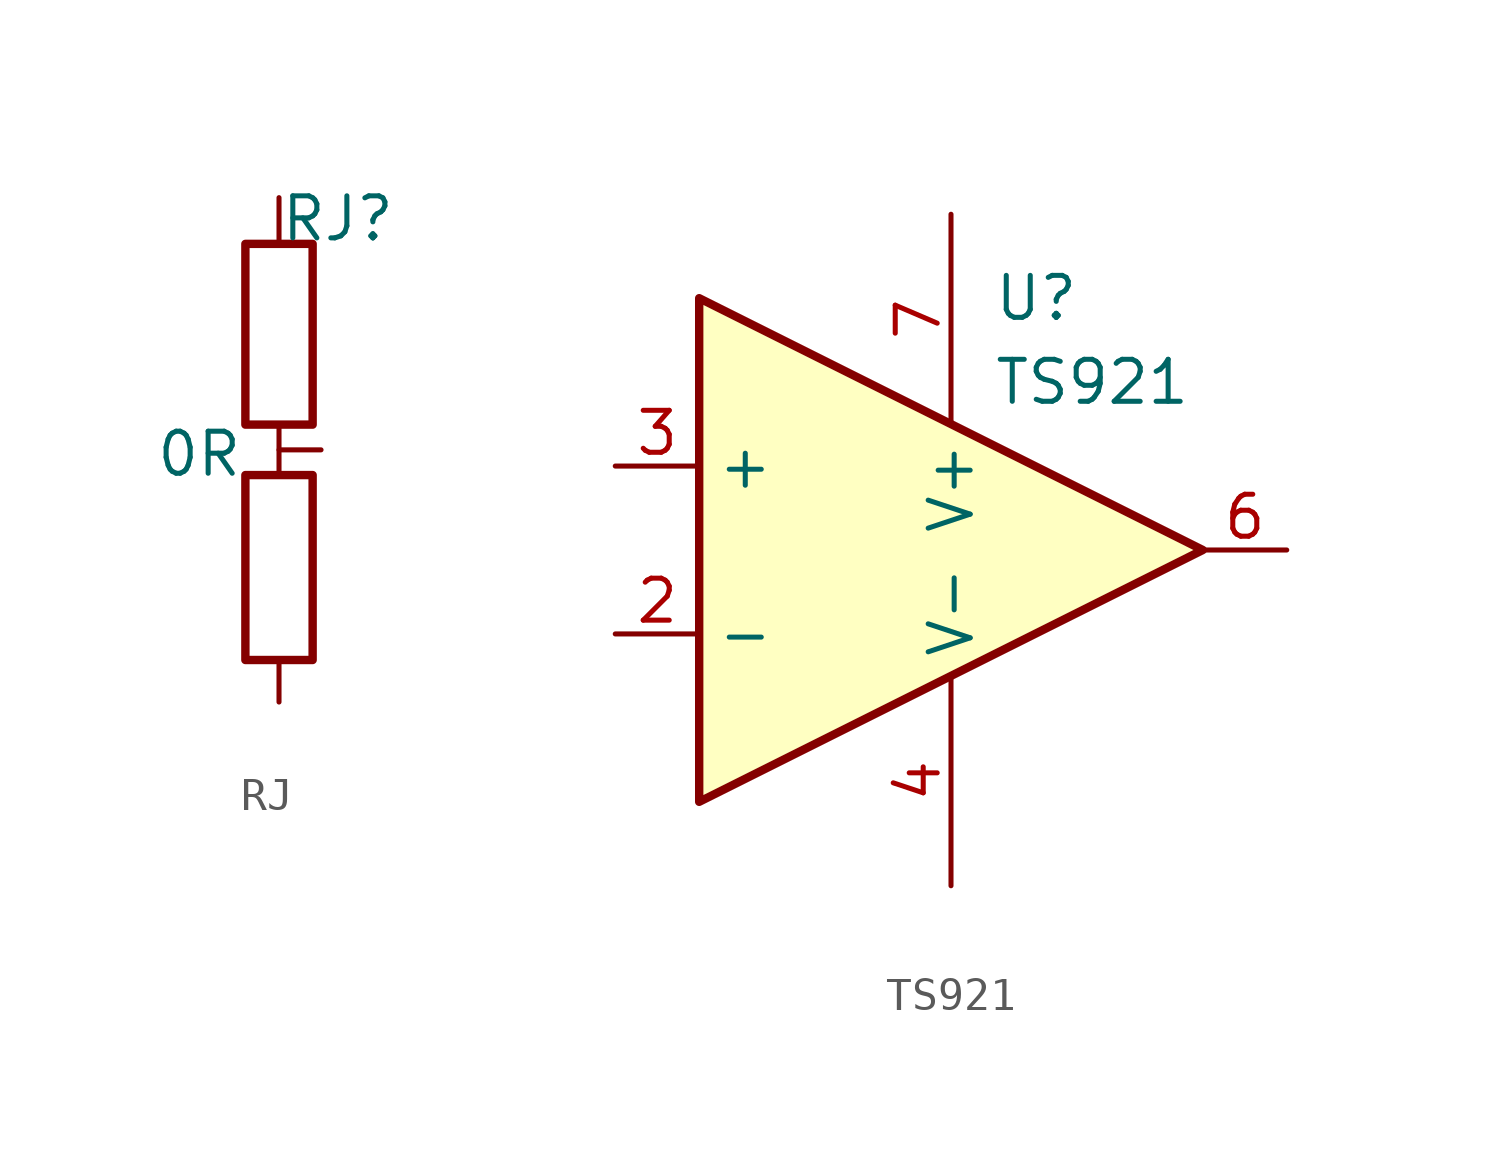
<source format=kicad_sym>
(kicad_symbol_lib
  (version 20220914)
  (generator kicad_symbol_editor)
  (symbol "RJ"
    (pin_numbers hide)
    (pin_names
      (offset 0))
    (property "Reference" "RJ"
      (at 1.778 6.985 0)
      (effects (font (size 1.27 1.27))))
    (property "Value" "0R"
      (at -2.413 -0.127 0)
      (effects (font (size 1.27 1.27))))
    (symbol "RJ_0_1"
      (rectangle (start -1.016 -0.762) (end 1.016 -6.35) (stroke (width 0.254) (type default)) (fill (type none)))
      (rectangle (start -1.016 6.223) (end 1.016 0.762) (stroke (width 0.254) (type default)) (fill (type none)))
      (polyline (pts (xy 0 0.762) (xy 0 -0.762) (xy -0.127 -0.762)) (stroke (width 0) (type default)) (fill (type none))))
    (symbol "RJ_1_1"
      (pin passive line (at 0 7.62 270) (length 1.27) (name "~" (effects (font (size 1.27 1.27)))) (number "1" (effects (font (size 1.27 1.27)))))
      (pin passive line (at 1.27 0 180) (length 1.27) (name "~" (effects (font (size 1.27 1.27)))) (number "2" (effects (font (size 1.27 1.27)))))
      (pin passive line (at 0 -7.62 90) (length 1.27) (name "~" (effects (font (size 1.27 1.27)))) (number "3" (effects (font (size 1.27 1.27)))))))
  (symbol "TS921"
    (property "Reference" "U"
      (at 1.27 7.62 0)
      (effects (font (size 1.27 1.27)) (justify left)))
    (property "Value" "TS921"
      (at 1.27 5.08 0)
      (effects (font (size 1.27 1.27)) (justify left)))
    (symbol "TS921_0_1"
      (polyline (pts (xy -7.62 7.62) (xy 7.62 0) (xy -7.62 -7.62) (xy -7.62 7.62)) (stroke (width 0.254) (type default)) (fill (type background))))
    (symbol "TS921_1_1"
      (pin input line (at -10.16 -2.54 0) (length 2.54) (name "-" (effects (font (size 1.27 1.27)))) (number "2" (effects (font (size 1.27 1.27)))))
      (pin input line (at -10.16 2.54 0) (length 2.54) (name "+" (effects (font (size 1.27 1.27)))) (number "3" (effects (font (size 1.27 1.27)))))
      (pin power_in line (at 0 -10.16 90) (length 6.35) (name "V-" (effects (font (size 1.27 1.27)))) (number "4" (effects (font (size 1.27 1.27)))))
      (pin output line (at 10.16 0 180) (length 2.54) (name "~" (effects (font (size 1.27 1.27)))) (number "6" (effects (font (size 1.27 1.27)))))
      (pin power_in line (at 0 10.16 270) (length 6.35) (name "V+" (effects (font (size 1.27 1.27)))) (number "7" (effects (font (size 1.27 1.27))))))))
</source>
